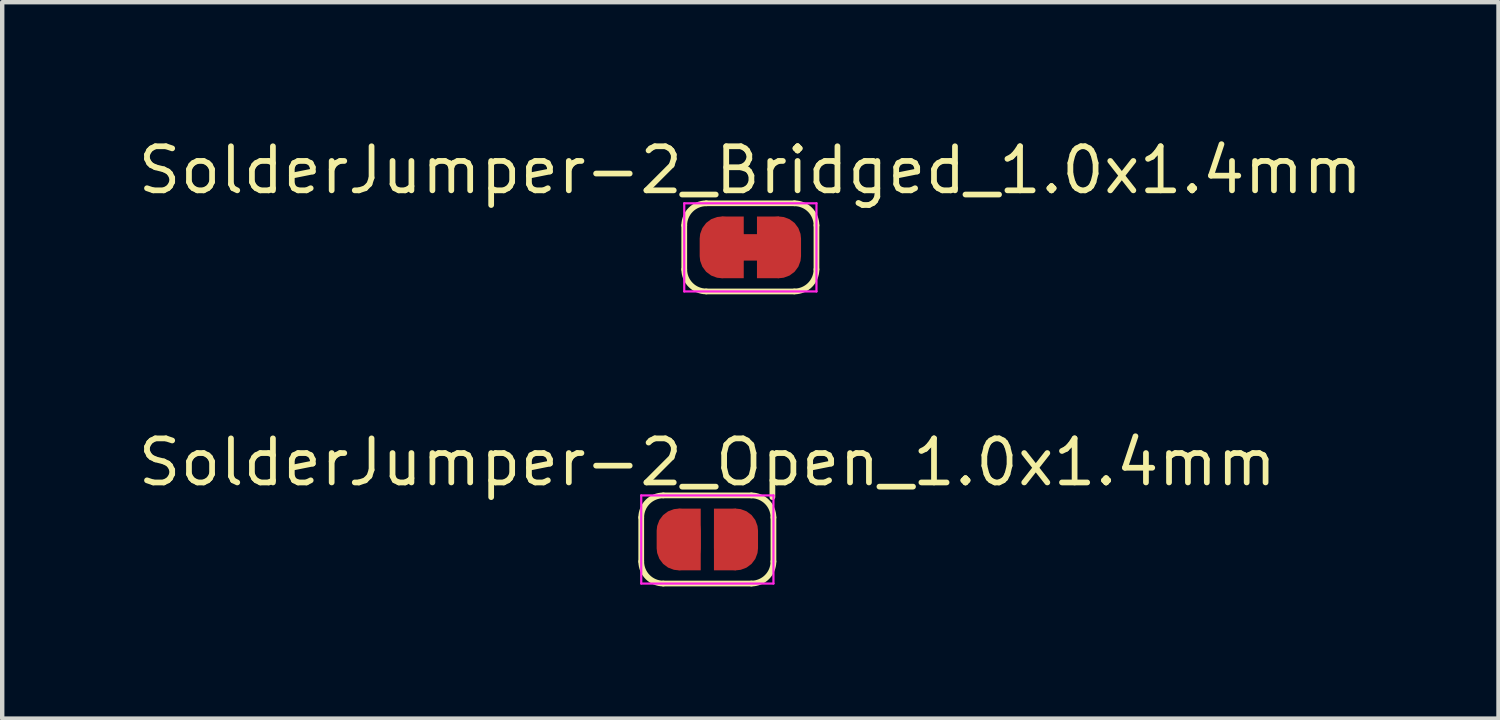
<source format=kicad_pcb>
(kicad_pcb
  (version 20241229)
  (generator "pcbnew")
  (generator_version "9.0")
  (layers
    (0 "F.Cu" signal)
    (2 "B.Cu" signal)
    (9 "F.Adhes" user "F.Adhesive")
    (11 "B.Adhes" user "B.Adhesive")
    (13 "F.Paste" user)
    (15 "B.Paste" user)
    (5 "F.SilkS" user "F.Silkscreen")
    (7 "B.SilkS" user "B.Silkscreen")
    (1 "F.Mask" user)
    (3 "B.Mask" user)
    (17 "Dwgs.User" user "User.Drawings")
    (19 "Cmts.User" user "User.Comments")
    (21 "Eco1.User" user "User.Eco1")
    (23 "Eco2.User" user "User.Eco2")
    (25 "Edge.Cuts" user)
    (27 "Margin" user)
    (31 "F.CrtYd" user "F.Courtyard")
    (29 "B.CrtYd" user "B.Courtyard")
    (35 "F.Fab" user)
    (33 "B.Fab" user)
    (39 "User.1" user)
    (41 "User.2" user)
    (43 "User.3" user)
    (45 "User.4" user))
  (footprint "SolderJumper-2_Open_1.0x1.4mm"
    (layer "F.Cu")
    (at 13 9.191)
    (property "Reference" "SolderJumper-2_Open_1.0x1.4mm" (at 0 -1.75 0) (layer "F.SilkS") (effects (font (size 1 1) (thickness 0.13))))
    (attr exclude_from_pos_files exclude_from_bom)
    (fp_line (start -1.5 0.5) (end -1.5 -0.5) (stroke (width 0.13) (type solid)) (layer "F.SilkS"))
    (fp_line (start -1 -1) (end 1 -1) (stroke (width 0.13) (type solid)) (layer "F.SilkS"))
    (fp_line (start -1 1) (end 1 1) (stroke (width 0.13) (type solid)) (layer "F.SilkS"))
    (fp_line (start 1.5 0.5) (end 1.5 -0.5) (stroke (width 0.13) (type solid)) (layer "F.SilkS"))
    (fp_arc (start -1.5 -0.5) (mid -1.353553 -0.853553) (end -1 -1) (stroke (width 0.13) (type solid)) (layer "F.SilkS"))
    (fp_arc (start -1 1) (mid -1.353553 0.853553) (end -1.5 0.5) (stroke (width 0.13) (type solid)) (layer "F.SilkS"))
    (fp_arc (start 1 -1) (mid 1.353553 -0.853553) (end 1.5 -0.5) (stroke (width 0.13) (type solid)) (layer "F.SilkS"))
    (fp_arc (start 1.5 0.5) (mid 1.353553 0.853553) (end 1 1) (stroke (width 0.13) (type solid)) (layer "F.SilkS"))
    (fp_line (start -1.5 -1) (end -1.5 1) (stroke (width 0.05) (type solid)) (layer "F.CrtYd"))
    (fp_line (start -1.5 -1) (end 1.5 -1) (stroke (width 0.05) (type solid)) (layer "F.CrtYd"))
    (fp_line (start 1.5 1) (end -1.5 1) (stroke (width 0.05) (type solid)) (layer "F.CrtYd"))
    (fp_line (start 1.5 1) (end 1.5 -1) (stroke (width 0.05) (type solid)) (layer "F.CrtYd"))
    (pad "1" smd roundrect (at -0.65 0) (size 1 1.4) (layers "F.Cu" "F.Mask" "F.Paste") (roundrect_rratio 0.5))
    (pad "1" smd rect (at -0.4 0) (size 0.5 1.4) (layers "F.Cu" "F.Mask" "F.Paste"))
    (pad "2" smd rect (at 0.4 0 180) (size 0.5 1.4) (layers "F.Cu" "F.Mask" "F.Paste"))
    (pad "2" smd roundrect (at 0.65 0 180) (size 1 1.4) (layers "F.Cu" "F.Mask" "F.Paste") (roundrect_rratio 0.5)))
  (footprint "SolderJumper-2_Bridged_1.0x1.4mm"
    (layer "F.Cu")
    (at 13.976 2.563)
    (property "Reference" "SolderJumper-2_Bridged_1.0x1.4mm" (at 0 -1.75 0) (layer "F.SilkS") (effects (font (size 1 1) (thickness 0.13))))
    (attr exclude_from_pos_files exclude_from_bom)
    (fp_line (start -1.5 0.5) (end -1.5 -0.5) (stroke (width 0.13) (type solid)) (layer "F.SilkS"))
    (fp_line (start -1 -1) (end 1 -1) (stroke (width 0.13) (type solid)) (layer "F.SilkS"))
    (fp_line (start -1 1) (end 1 1) (stroke (width 0.13) (type solid)) (layer "F.SilkS"))
    (fp_line (start 1.5 0.5) (end 1.5 -0.5) (stroke (width 0.13) (type solid)) (layer "F.SilkS"))
    (fp_arc (start -1.5 -0.5) (mid -1.353553 -0.853553) (end -1 -1) (stroke (width 0.13) (type solid)) (layer "F.SilkS"))
    (fp_arc (start -1 1) (mid -1.353553 0.853553) (end -1.5 0.5) (stroke (width 0.13) (type solid)) (layer "F.SilkS"))
    (fp_arc (start 1 -1) (mid 1.353553 -0.853553) (end 1.5 -0.5) (stroke (width 0.13) (type solid)) (layer "F.SilkS"))
    (fp_arc (start 1.5 0.5) (mid 1.353553 0.853553) (end 1 1) (stroke (width 0.13) (type solid)) (layer "F.SilkS"))
    (fp_line (start -1.5 -1) (end -1.5 1) (stroke (width 0.05) (type solid)) (layer "F.CrtYd"))
    (fp_line (start -1.5 -1) (end 1.5 -1) (stroke (width 0.05) (type solid)) (layer "F.CrtYd"))
    (fp_line (start 1.5 1) (end -1.5 1) (stroke (width 0.05) (type solid)) (layer "F.CrtYd"))
    (fp_line (start 1.5 1) (end 1.5 -1) (stroke (width 0.05) (type solid)) (layer "F.CrtYd"))
    (pad "1" smd roundrect (at -0.65 0) (size 1 1.4) (layers "F.Cu" "F.Mask") (roundrect_rratio 0.5))
    (pad "1" smd rect (at -0.4 0) (size 0.5 1.4) (layers "F.Cu" "F.Mask"))
    (pad "1" smd rect (at 0 0) (size 0.6 0.6) (layers "F.Cu" "F.Mask"))
    (pad "2" smd rect (at 0.4 0 180) (size 0.5 1.4) (layers "F.Cu" "F.Mask"))
    (pad "2" smd roundrect (at 0.65 0 180) (size 1 1.4) (layers "F.Cu" "F.Mask") (roundrect_rratio 0.5)))
  (gr_rect
    (start -3 -3)
    (end 30.952 13.256)
    (stroke (width 0.1) (type default))
    (fill no)
    (layer "Edge.Cuts")))
</source>
